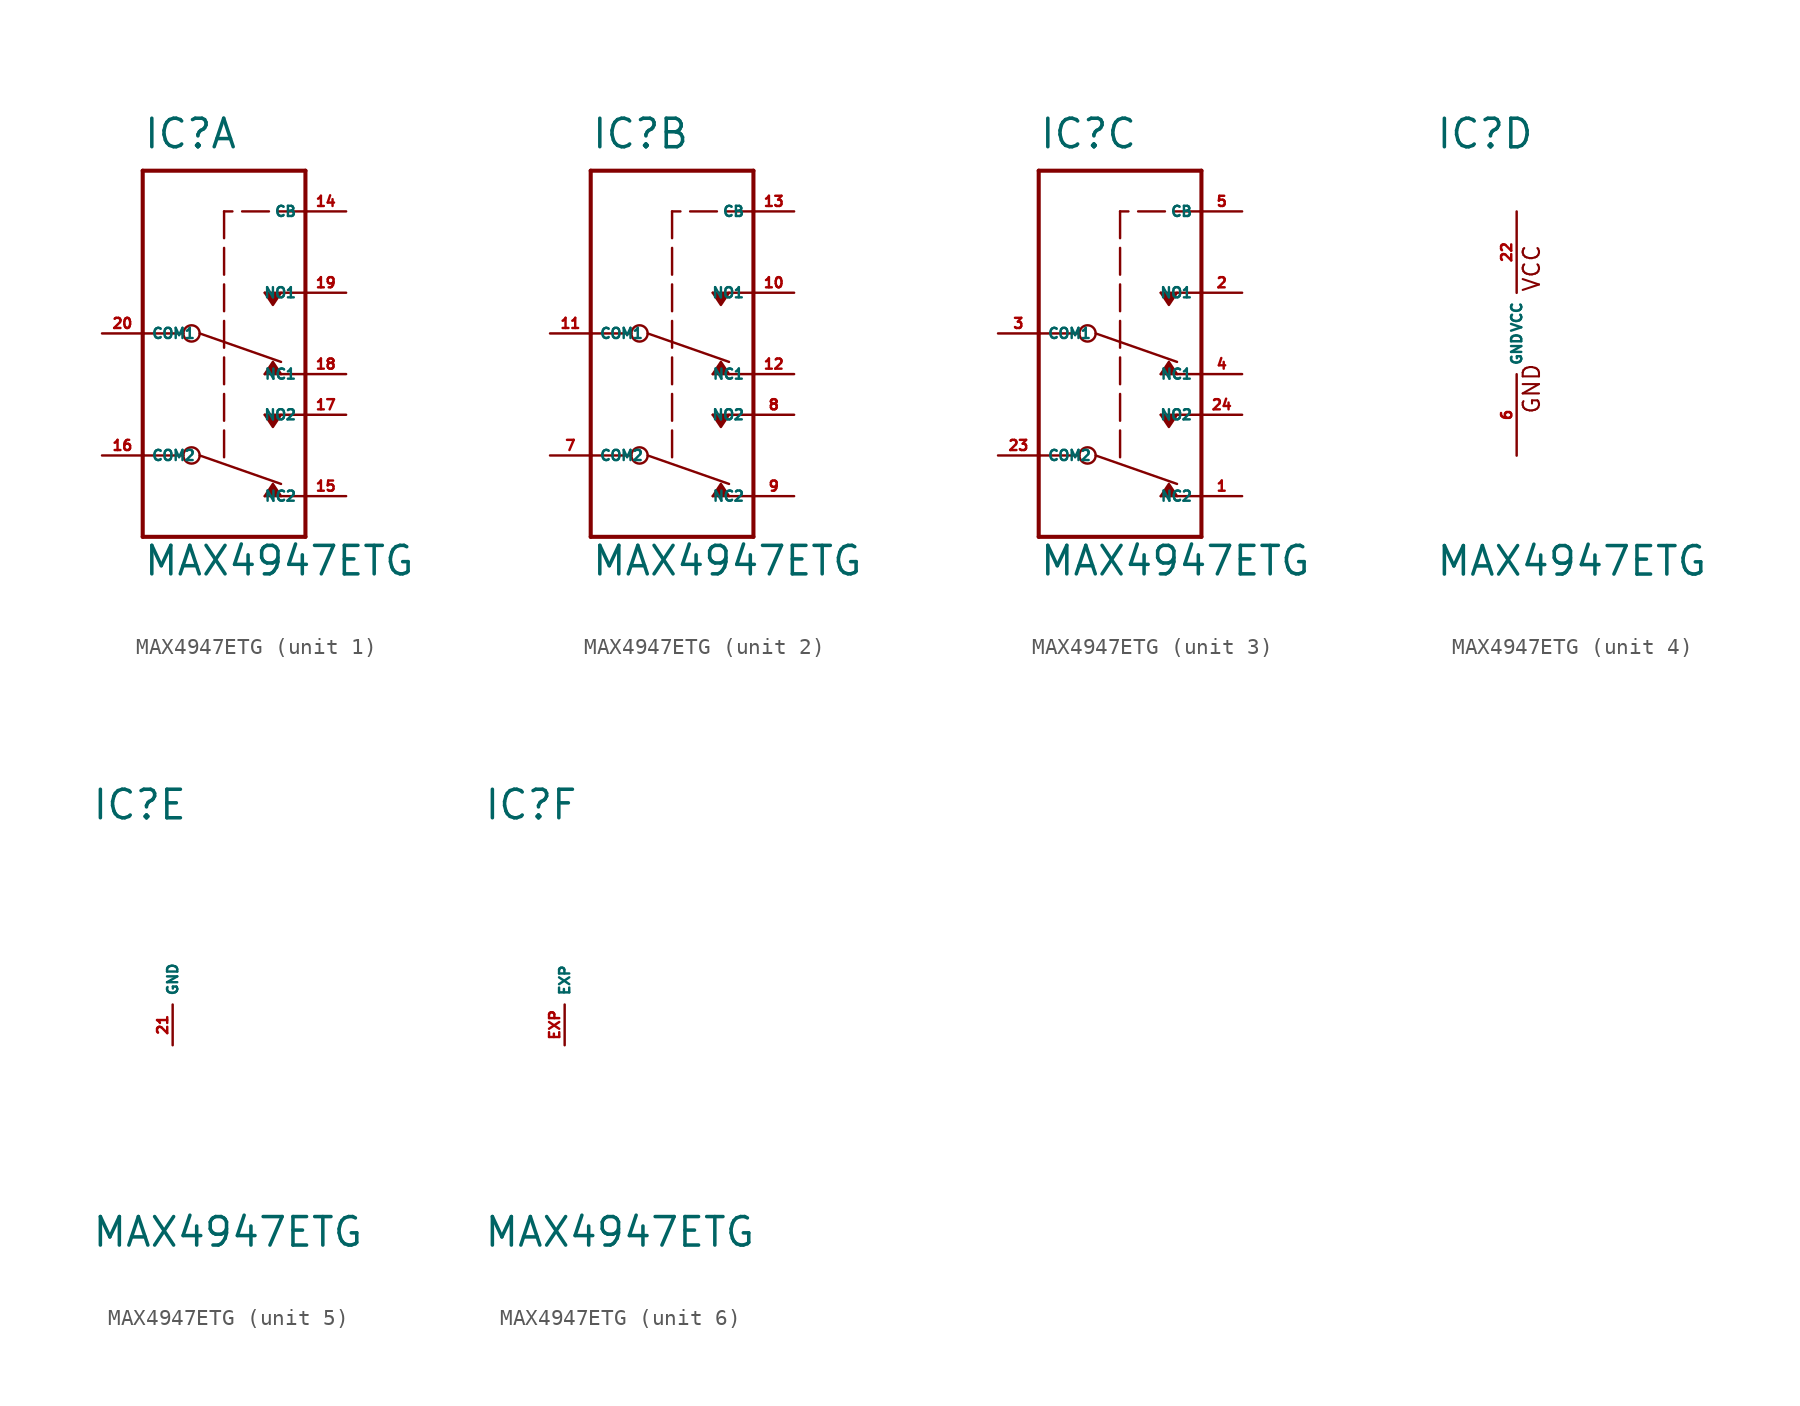
<source format=kicad_sym>
(kicad_symbol_lib
  (version 20220914)
  (generator Eagle2Kicad)
  (symbol "MAX4947ETG"
    (property "Reference" "IC"
      (at -5.08 11.43 0)
      (effects (font (size 1.778 1.778) (thickness 0.22)) (justify left bottom)))
    (property "Value" "MAX4947ETG"
      (at -5.08 -15.24 0)
      (effects (font (size 1.778 1.778) (thickness 0.22)) (justify left bottom)))
    (symbol "MAX4947ETG_1_0"
      (polyline (pts (xy 2.54 -2.54) (xy 3.048 -1.778) (xy 3.556 -2.54)) (stroke (width 0.152) (type default)) (fill (type outline)))
      (polyline (pts (xy 2.54 2.54) (xy 3.048 1.778) (xy 3.556 2.54)) (stroke (width 0.152) (type default)) (fill (type outline)))
      (polyline (pts (xy 2.54 -5.08) (xy 3.048 -5.842) (xy 3.556 -5.08)) (stroke (width 0.152) (type default)) (fill (type outline)))
      (polyline (pts (xy 2.54 -10.16) (xy 3.048 -9.398) (xy 3.556 -10.16)) (stroke (width 0.152) (type default)) (fill (type outline)))
      (polyline (pts (xy -1.524 0) (xy 3.556 -1.778)) (stroke (width 0.152) (type default)) (fill (type none)))
      (polyline (pts (xy 5.08 7.62) (xy 0 7.62)) (stroke (width 0.152) (type dash)) (fill (type none)))
      (polyline (pts (xy 0 7.62) (xy 0 -8.128)) (stroke (width 0.152) (type dash)) (fill (type none)))
      (polyline (pts (xy -5.08 10.16) (xy 5.08 10.16)) (stroke (width 0.254) (type default)) (fill (type none)))
      (polyline (pts (xy 5.08 10.16) (xy 5.08 7.62)) (stroke (width 0.254) (type default)) (fill (type none)))
      (polyline (pts (xy 5.08 7.62) (xy 5.08 2.54)) (stroke (width 0.254) (type default)) (fill (type none)))
      (polyline (pts (xy 5.08 2.54) (xy 5.08 -2.54)) (stroke (width 0.254) (type default)) (fill (type none)))
      (polyline (pts (xy 5.08 -2.54) (xy 5.08 -5.08)) (stroke (width 0.254) (type default)) (fill (type none)))
      (polyline (pts (xy 5.08 -5.08) (xy 5.08 -10.16)) (stroke (width 0.254) (type default)) (fill (type none)))
      (polyline (pts (xy 5.08 -10.16) (xy 5.08 -12.7)) (stroke (width 0.254) (type default)) (fill (type none)))
      (polyline (pts (xy 5.08 -12.7) (xy -5.08 -12.7)) (stroke (width 0.254) (type default)) (fill (type none)))
      (polyline (pts (xy -5.08 -12.7) (xy -5.08 -7.62)) (stroke (width 0.254) (type default)) (fill (type none)))
      (polyline (pts (xy -5.08 -7.62) (xy -5.08 0)) (stroke (width 0.254) (type default)) (fill (type none)))
      (polyline (pts (xy -5.08 0) (xy -5.08 10.16)) (stroke (width 0.254) (type default)) (fill (type none)))
      (polyline (pts (xy 2.54 2.54) (xy 5.08 2.54)) (stroke (width 0.152) (type default)) (fill (type none)))
      (polyline (pts (xy 2.54 -2.54) (xy 5.08 -2.54)) (stroke (width 0.152) (type default)) (fill (type none)))
      (polyline (pts (xy 2.54 -5.08) (xy 5.08 -5.08)) (stroke (width 0.152) (type default)) (fill (type none)))
      (polyline (pts (xy 2.54 -10.16) (xy 5.08 -10.16)) (stroke (width 0.152) (type default)) (fill (type none)))
      (polyline (pts (xy -5.08 -7.62) (xy -2.54 -7.62)) (stroke (width 0.152) (type default)) (fill (type none)))
      (polyline (pts (xy -5.08 0) (xy -2.54 0)) (stroke (width 0.152) (type default)) (fill (type none)))
      (polyline (pts (xy -1.524 -7.62) (xy 3.556 -9.398)) (stroke (width 0.152) (type default)) (fill (type none)))
      (circle (center -2.032 0) (radius 0.508) (stroke (width 0.152) (type default)) (fill (type none)))
      (circle (center -2.032 -7.62) (radius 0.508) (stroke (width 0.152) (type default)) (fill (type none)))
      (pin bidirectional line (at -7.62 0 0) (length 2.54) (name "COM1" (effects (font (size 0.635 0.635) (thickness 0.08)) (justify left bottom))) (number "20" (effects (font (size 0.635 0.635) (thickness 0.08)) (justify left bottom))))
      (pin bidirectional line (at 7.62 2.54 180) (length 2.54) (name "NO1" (effects (font (size 0.635 0.635) (thickness 0.08)) (justify left bottom))) (number "19" (effects (font (size 0.635 0.635) (thickness 0.08)) (justify left bottom))))
      (pin bidirectional line (at 7.62 -2.54 180) (length 2.54) (name "NC1" (effects (font (size 0.635 0.635) (thickness 0.08)) (justify left bottom))) (number "18" (effects (font (size 0.635 0.635) (thickness 0.08)) (justify left bottom))))
      (pin bidirectional line (at -7.62 -7.62 0) (length 2.54) (name "COM2" (effects (font (size 0.635 0.635) (thickness 0.08)) (justify left bottom))) (number "16" (effects (font (size 0.635 0.635) (thickness 0.08)) (justify left bottom))))
      (pin bidirectional line (at 7.62 -5.08 180) (length 2.54) (name "NO2" (effects (font (size 0.635 0.635) (thickness 0.08)) (justify left bottom))) (number "17" (effects (font (size 0.635 0.635) (thickness 0.08)) (justify left bottom))))
      (pin bidirectional line (at 7.62 -10.16 180) (length 2.54) (name "NC2" (effects (font (size 0.635 0.635) (thickness 0.08)) (justify left bottom))) (number "15" (effects (font (size 0.635 0.635) (thickness 0.08)) (justify left bottom))))
      (pin input line (at 7.62 7.62 180) (length 2.54) (name "CB" (effects (font (size 0.635 0.635) (thickness 0.08)) (justify left bottom))) (number "14" (effects (font (size 0.635 0.635) (thickness 0.08)) (justify left bottom)))))
    (symbol "MAX4947ETG_2_0"
      (polyline (pts (xy 2.54 -2.54) (xy 3.048 -1.778) (xy 3.556 -2.54)) (stroke (width 0.152) (type default)) (fill (type outline)))
      (polyline (pts (xy 2.54 2.54) (xy 3.048 1.778) (xy 3.556 2.54)) (stroke (width 0.152) (type default)) (fill (type outline)))
      (polyline (pts (xy 2.54 -5.08) (xy 3.048 -5.842) (xy 3.556 -5.08)) (stroke (width 0.152) (type default)) (fill (type outline)))
      (polyline (pts (xy 2.54 -10.16) (xy 3.048 -9.398) (xy 3.556 -10.16)) (stroke (width 0.152) (type default)) (fill (type outline)))
      (polyline (pts (xy -1.524 0) (xy 3.556 -1.778)) (stroke (width 0.152) (type default)) (fill (type none)))
      (polyline (pts (xy 5.08 7.62) (xy 0 7.62)) (stroke (width 0.152) (type dash)) (fill (type none)))
      (polyline (pts (xy 0 7.62) (xy 0 -8.128)) (stroke (width 0.152) (type dash)) (fill (type none)))
      (polyline (pts (xy -5.08 10.16) (xy 5.08 10.16)) (stroke (width 0.254) (type default)) (fill (type none)))
      (polyline (pts (xy 5.08 10.16) (xy 5.08 7.62)) (stroke (width 0.254) (type default)) (fill (type none)))
      (polyline (pts (xy 5.08 7.62) (xy 5.08 2.54)) (stroke (width 0.254) (type default)) (fill (type none)))
      (polyline (pts (xy 5.08 2.54) (xy 5.08 -2.54)) (stroke (width 0.254) (type default)) (fill (type none)))
      (polyline (pts (xy 5.08 -2.54) (xy 5.08 -5.08)) (stroke (width 0.254) (type default)) (fill (type none)))
      (polyline (pts (xy 5.08 -5.08) (xy 5.08 -10.16)) (stroke (width 0.254) (type default)) (fill (type none)))
      (polyline (pts (xy 5.08 -10.16) (xy 5.08 -12.7)) (stroke (width 0.254) (type default)) (fill (type none)))
      (polyline (pts (xy 5.08 -12.7) (xy -5.08 -12.7)) (stroke (width 0.254) (type default)) (fill (type none)))
      (polyline (pts (xy -5.08 -12.7) (xy -5.08 -7.62)) (stroke (width 0.254) (type default)) (fill (type none)))
      (polyline (pts (xy -5.08 -7.62) (xy -5.08 0)) (stroke (width 0.254) (type default)) (fill (type none)))
      (polyline (pts (xy -5.08 0) (xy -5.08 10.16)) (stroke (width 0.254) (type default)) (fill (type none)))
      (polyline (pts (xy 2.54 2.54) (xy 5.08 2.54)) (stroke (width 0.152) (type default)) (fill (type none)))
      (polyline (pts (xy 2.54 -2.54) (xy 5.08 -2.54)) (stroke (width 0.152) (type default)) (fill (type none)))
      (polyline (pts (xy 2.54 -5.08) (xy 5.08 -5.08)) (stroke (width 0.152) (type default)) (fill (type none)))
      (polyline (pts (xy 2.54 -10.16) (xy 5.08 -10.16)) (stroke (width 0.152) (type default)) (fill (type none)))
      (polyline (pts (xy -5.08 -7.62) (xy -2.54 -7.62)) (stroke (width 0.152) (type default)) (fill (type none)))
      (polyline (pts (xy -5.08 0) (xy -2.54 0)) (stroke (width 0.152) (type default)) (fill (type none)))
      (polyline (pts (xy -1.524 -7.62) (xy 3.556 -9.398)) (stroke (width 0.152) (type default)) (fill (type none)))
      (circle (center -2.032 0) (radius 0.508) (stroke (width 0.152) (type default)) (fill (type none)))
      (circle (center -2.032 -7.62) (radius 0.508) (stroke (width 0.152) (type default)) (fill (type none)))
      (pin bidirectional line (at -7.62 0 0) (length 2.54) (name "COM1" (effects (font (size 0.635 0.635) (thickness 0.08)) (justify left bottom))) (number "11" (effects (font (size 0.635 0.635) (thickness 0.08)) (justify left bottom))))
      (pin bidirectional line (at 7.62 2.54 180) (length 2.54) (name "NO1" (effects (font (size 0.635 0.635) (thickness 0.08)) (justify left bottom))) (number "10" (effects (font (size 0.635 0.635) (thickness 0.08)) (justify left bottom))))
      (pin bidirectional line (at 7.62 -2.54 180) (length 2.54) (name "NC1" (effects (font (size 0.635 0.635) (thickness 0.08)) (justify left bottom))) (number "12" (effects (font (size 0.635 0.635) (thickness 0.08)) (justify left bottom))))
      (pin bidirectional line (at -7.62 -7.62 0) (length 2.54) (name "COM2" (effects (font (size 0.635 0.635) (thickness 0.08)) (justify left bottom))) (number "7" (effects (font (size 0.635 0.635) (thickness 0.08)) (justify left bottom))))
      (pin bidirectional line (at 7.62 -5.08 180) (length 2.54) (name "NO2" (effects (font (size 0.635 0.635) (thickness 0.08)) (justify left bottom))) (number "8" (effects (font (size 0.635 0.635) (thickness 0.08)) (justify left bottom))))
      (pin bidirectional line (at 7.62 -10.16 180) (length 2.54) (name "NC2" (effects (font (size 0.635 0.635) (thickness 0.08)) (justify left bottom))) (number "9" (effects (font (size 0.635 0.635) (thickness 0.08)) (justify left bottom))))
      (pin input line (at 7.62 7.62 180) (length 2.54) (name "CB" (effects (font (size 0.635 0.635) (thickness 0.08)) (justify left bottom))) (number "13" (effects (font (size 0.635 0.635) (thickness 0.08)) (justify left bottom)))))
    (symbol "MAX4947ETG_3_0"
      (polyline (pts (xy 2.54 -2.54) (xy 3.048 -1.778) (xy 3.556 -2.54)) (stroke (width 0.152) (type default)) (fill (type outline)))
      (polyline (pts (xy 2.54 2.54) (xy 3.048 1.778) (xy 3.556 2.54)) (stroke (width 0.152) (type default)) (fill (type outline)))
      (polyline (pts (xy 2.54 -5.08) (xy 3.048 -5.842) (xy 3.556 -5.08)) (stroke (width 0.152) (type default)) (fill (type outline)))
      (polyline (pts (xy 2.54 -10.16) (xy 3.048 -9.398) (xy 3.556 -10.16)) (stroke (width 0.152) (type default)) (fill (type outline)))
      (polyline (pts (xy -1.524 0) (xy 3.556 -1.778)) (stroke (width 0.152) (type default)) (fill (type none)))
      (polyline (pts (xy 5.08 7.62) (xy 0 7.62)) (stroke (width 0.152) (type dash)) (fill (type none)))
      (polyline (pts (xy 0 7.62) (xy 0 -8.128)) (stroke (width 0.152) (type dash)) (fill (type none)))
      (polyline (pts (xy -5.08 10.16) (xy 5.08 10.16)) (stroke (width 0.254) (type default)) (fill (type none)))
      (polyline (pts (xy 5.08 10.16) (xy 5.08 7.62)) (stroke (width 0.254) (type default)) (fill (type none)))
      (polyline (pts (xy 5.08 7.62) (xy 5.08 2.54)) (stroke (width 0.254) (type default)) (fill (type none)))
      (polyline (pts (xy 5.08 2.54) (xy 5.08 -2.54)) (stroke (width 0.254) (type default)) (fill (type none)))
      (polyline (pts (xy 5.08 -2.54) (xy 5.08 -5.08)) (stroke (width 0.254) (type default)) (fill (type none)))
      (polyline (pts (xy 5.08 -5.08) (xy 5.08 -10.16)) (stroke (width 0.254) (type default)) (fill (type none)))
      (polyline (pts (xy 5.08 -10.16) (xy 5.08 -12.7)) (stroke (width 0.254) (type default)) (fill (type none)))
      (polyline (pts (xy 5.08 -12.7) (xy -5.08 -12.7)) (stroke (width 0.254) (type default)) (fill (type none)))
      (polyline (pts (xy -5.08 -12.7) (xy -5.08 -7.62)) (stroke (width 0.254) (type default)) (fill (type none)))
      (polyline (pts (xy -5.08 -7.62) (xy -5.08 0)) (stroke (width 0.254) (type default)) (fill (type none)))
      (polyline (pts (xy -5.08 0) (xy -5.08 10.16)) (stroke (width 0.254) (type default)) (fill (type none)))
      (polyline (pts (xy 2.54 2.54) (xy 5.08 2.54)) (stroke (width 0.152) (type default)) (fill (type none)))
      (polyline (pts (xy 2.54 -2.54) (xy 5.08 -2.54)) (stroke (width 0.152) (type default)) (fill (type none)))
      (polyline (pts (xy 2.54 -5.08) (xy 5.08 -5.08)) (stroke (width 0.152) (type default)) (fill (type none)))
      (polyline (pts (xy 2.54 -10.16) (xy 5.08 -10.16)) (stroke (width 0.152) (type default)) (fill (type none)))
      (polyline (pts (xy -5.08 -7.62) (xy -2.54 -7.62)) (stroke (width 0.152) (type default)) (fill (type none)))
      (polyline (pts (xy -5.08 0) (xy -2.54 0)) (stroke (width 0.152) (type default)) (fill (type none)))
      (polyline (pts (xy -1.524 -7.62) (xy 3.556 -9.398)) (stroke (width 0.152) (type default)) (fill (type none)))
      (circle (center -2.032 0) (radius 0.508) (stroke (width 0.152) (type default)) (fill (type none)))
      (circle (center -2.032 -7.62) (radius 0.508) (stroke (width 0.152) (type default)) (fill (type none)))
      (pin bidirectional line (at -7.62 0 0) (length 2.54) (name "COM1" (effects (font (size 0.635 0.635) (thickness 0.08)) (justify left bottom))) (number "3" (effects (font (size 0.635 0.635) (thickness 0.08)) (justify left bottom))))
      (pin bidirectional line (at 7.62 2.54 180) (length 2.54) (name "NO1" (effects (font (size 0.635 0.635) (thickness 0.08)) (justify left bottom))) (number "2" (effects (font (size 0.635 0.635) (thickness 0.08)) (justify left bottom))))
      (pin bidirectional line (at 7.62 -2.54 180) (length 2.54) (name "NC1" (effects (font (size 0.635 0.635) (thickness 0.08)) (justify left bottom))) (number "4" (effects (font (size 0.635 0.635) (thickness 0.08)) (justify left bottom))))
      (pin bidirectional line (at -7.62 -7.62 0) (length 2.54) (name "COM2" (effects (font (size 0.635 0.635) (thickness 0.08)) (justify left bottom))) (number "23" (effects (font (size 0.635 0.635) (thickness 0.08)) (justify left bottom))))
      (pin bidirectional line (at 7.62 -5.08 180) (length 2.54) (name "NO2" (effects (font (size 0.635 0.635) (thickness 0.08)) (justify left bottom))) (number "24" (effects (font (size 0.635 0.635) (thickness 0.08)) (justify left bottom))))
      (pin bidirectional line (at 7.62 -10.16 180) (length 2.54) (name "NC2" (effects (font (size 0.635 0.635) (thickness 0.08)) (justify left bottom))) (number "1" (effects (font (size 0.635 0.635) (thickness 0.08)) (justify left bottom))))
      (pin input line (at 7.62 7.62 180) (length 2.54) (name "CB" (effects (font (size 0.635 0.635) (thickness 0.08)) (justify left bottom))) (number "5" (effects (font (size 0.635 0.635) (thickness 0.08)) (justify left bottom)))))
    (symbol "MAX4947ETG_4_0"
      (text "GND" (at 1.524 -5.08 900) (effects (font (size 1.016 1.016) (thickness 0.13)) (justify left bottom)))
      (text "VCC" (at 1.524 2.54 900) (effects (font (size 1.016 1.016) (thickness 0.13)) (justify left bottom)))
      (pin unspecified line (at 0 7.62 270) (length 5.08) (name "VCC" (effects (font (size 0.635 0.635) (thickness 0.08)) (justify left bottom))) (number "22" (effects (font (size 0.635 0.635) (thickness 0.08)) (justify left bottom))))
      (pin unspecified line (at 0 -7.62 90) (length 5.08) (name "GND" (effects (font (size 0.635 0.635) (thickness 0.08)) (justify left bottom))) (number "6" (effects (font (size 0.635 0.635) (thickness 0.08)) (justify left bottom)))))
    (symbol "MAX4947ETG_5_0"
      (pin unspecified line (at 0 -2.54 90) (length 2.54) (name "GND" (effects (font (size 0.635 0.635) (thickness 0.08)) (justify left bottom))) (number "21" (effects (font (size 0.635 0.635) (thickness 0.08)) (justify left bottom)))))
    (symbol "MAX4947ETG_6_0"
      (pin passive line (at 0 -2.54 90) (length 2.54) (name "EXP" (effects (font (size 0.635 0.635) (thickness 0.08)) (justify left bottom))) (number "EXP" (effects (font (size 0.635 0.635) (thickness 0.08)) (justify left bottom)))))))
</source>
